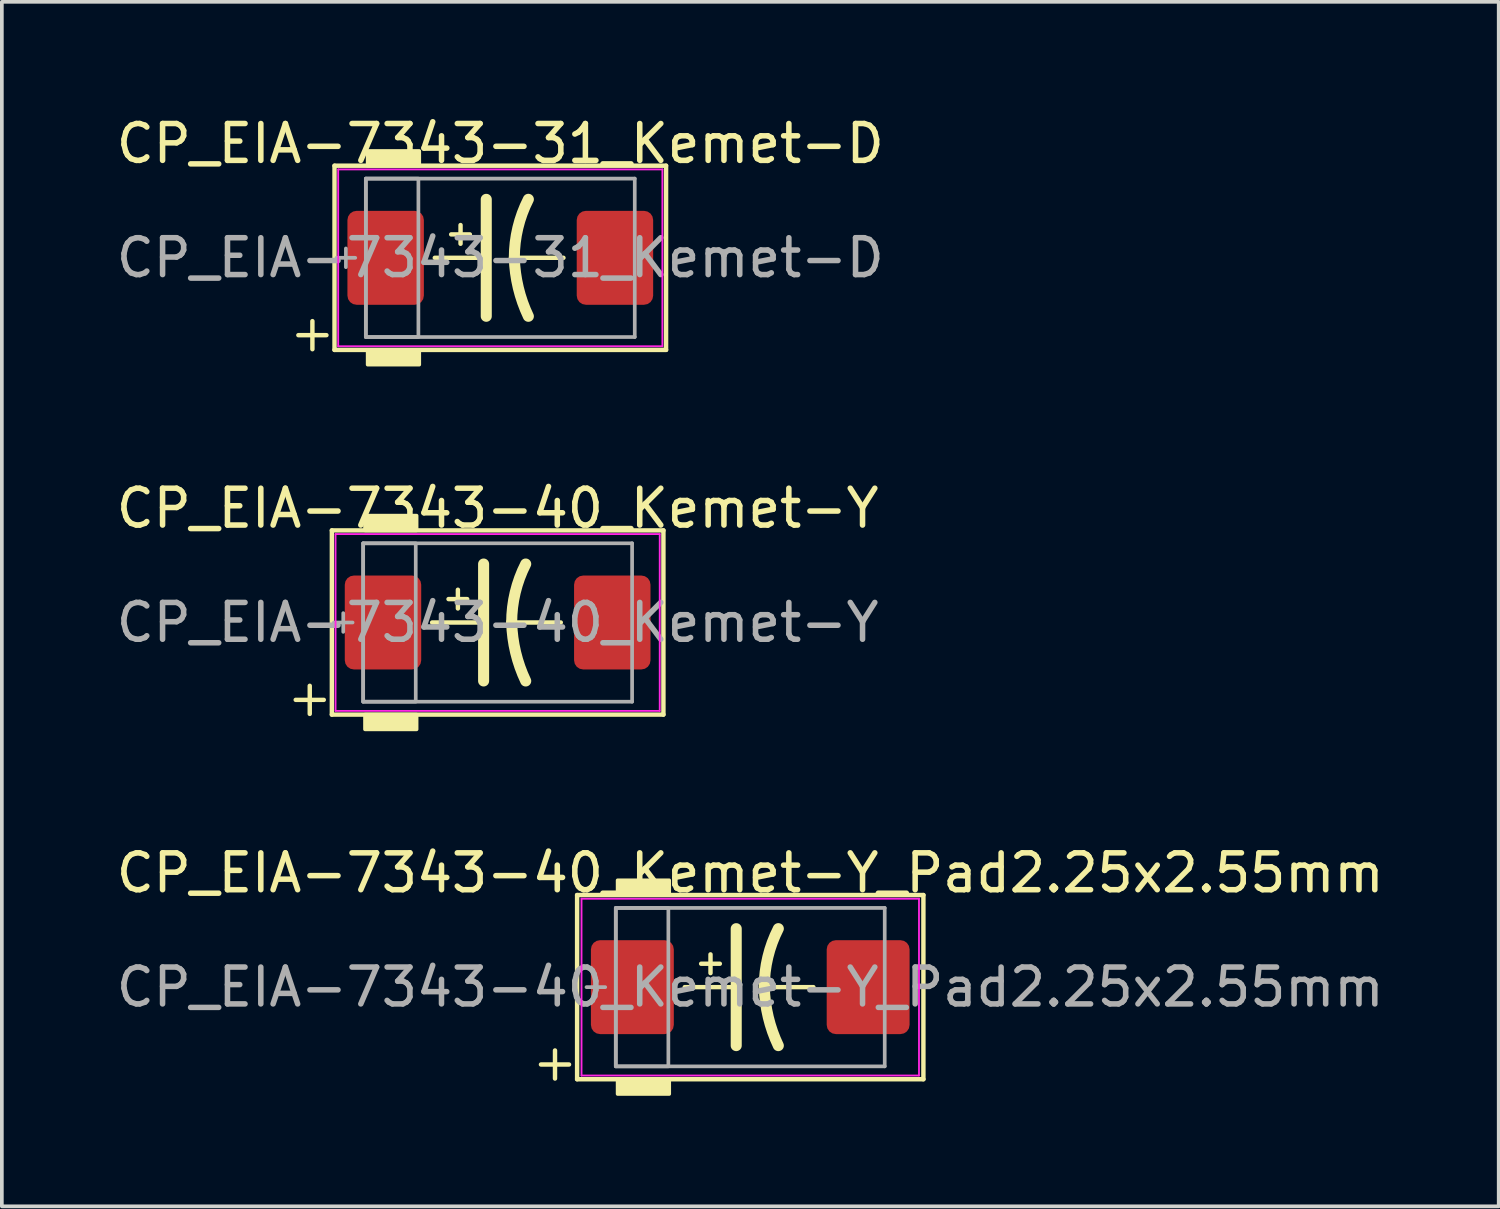
<source format=kicad_pcb>
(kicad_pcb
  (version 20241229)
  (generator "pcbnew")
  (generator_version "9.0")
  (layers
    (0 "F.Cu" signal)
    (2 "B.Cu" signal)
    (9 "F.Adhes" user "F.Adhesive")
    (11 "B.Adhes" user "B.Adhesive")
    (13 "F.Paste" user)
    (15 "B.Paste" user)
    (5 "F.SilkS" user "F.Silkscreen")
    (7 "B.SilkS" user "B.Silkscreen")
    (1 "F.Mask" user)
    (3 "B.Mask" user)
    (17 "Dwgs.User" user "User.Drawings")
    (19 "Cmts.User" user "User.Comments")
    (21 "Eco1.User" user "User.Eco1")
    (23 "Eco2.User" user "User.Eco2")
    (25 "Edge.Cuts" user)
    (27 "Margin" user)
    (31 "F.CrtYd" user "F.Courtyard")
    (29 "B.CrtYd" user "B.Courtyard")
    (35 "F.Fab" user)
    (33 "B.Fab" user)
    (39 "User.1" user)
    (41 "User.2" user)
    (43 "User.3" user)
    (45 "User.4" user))
  (footprint "CP_EIA-7343-31_Kemet-D"
    (layer "F.Cu")
    (at 10.53 3.948)
    (property "Reference" "CP_EIA-7343-31_Kemet-D" (at 0 -3.1 0) (layer "F.SilkS") (effects (font (size 1 1) (thickness 0.15))))
    (attr smd)
    (fp_line (start -5.481 2.1) (end -4.719 2.1) (stroke (width 0.12) (type solid)) (layer "F.SilkS"))
    (fp_line (start -5.1 1.719) (end -5.1 2.481) (stroke (width 0.12) (type solid)) (layer "F.SilkS"))
    (fp_line (start -4.5 -2.5) (end -4.5 2.5) (stroke (width 0.12) (type solid)) (layer "F.SilkS"))
    (fp_line (start -4.5 2.5) (end 4.5 2.5) (stroke (width 0.12) (type solid)) (layer "F.SilkS"))
    (fp_line (start -1.778 0) (end -0.381 0) (stroke (width 0.12) (type solid)) (layer "F.SilkS"))
    (fp_line (start -1.079 -0.381) (end -1.079 -0.889) (stroke (width 0.12) (type solid)) (layer "F.SilkS"))
    (fp_line (start -0.826 -0.635) (end -1.333 -0.635) (stroke (width 0.12) (type solid)) (layer "F.SilkS"))
    (fp_line (start -0.381 -1.587) (end -0.381 1.587) (stroke (width 0.3) (type solid)) (layer "F.SilkS"))
    (fp_line (start 1.714 0) (end 0.381 0) (stroke (width 0.12) (type solid)) (layer "F.SilkS"))
    (fp_line (start 4.5 -2.5) (end -4.5 -2.5) (stroke (width 0.12) (type solid)) (layer "F.SilkS"))
    (fp_line (start 4.5 2.5) (end 4.5 -2.5) (stroke (width 0.12) (type solid)) (layer "F.SilkS"))
    (fp_arc (start 0.381 0) (mid 0.477553 -0.816297) (end 0.762 -1.5875) (stroke (width 0.3) (type solid)) (layer "F.SilkS"))
    (fp_arc (start 0.762 1.5875) (mid 0.488774 0.813604) (end 0.381 0) (stroke (width 0.3) (type solid)) (layer "F.SilkS"))
    (fp_poly (pts (xy -2.2 -2.5) (xy -3.6 -2.5) (xy -3.6 -2.9) (xy -2.2 -2.9)) (stroke (width 0.1) (type solid)) (fill yes) (layer "F.SilkS"))
    (fp_poly (pts (xy -2.2 2.9) (xy -3.6 2.9) (xy -3.6 2.5) (xy -2.2 2.5)) (stroke (width 0.1) (type solid)) (fill yes) (layer "F.SilkS"))
    (fp_line (start -4.4 -2.4) (end 4.4 -2.4) (stroke (width 0.05) (type solid)) (layer "F.CrtYd"))
    (fp_line (start -4.4 2.4) (end -4.4 -2.4) (stroke (width 0.05) (type solid)) (layer "F.CrtYd"))
    (fp_line (start 4.4 -2.4) (end 4.4 2.4) (stroke (width 0.05) (type solid)) (layer "F.CrtYd"))
    (fp_line (start 4.4 2.4) (end -4.4 2.4) (stroke (width 0.05) (type solid)) (layer "F.CrtYd"))
    (fp_line (start -4.191 -0.254) (end -4.191 0.254) (stroke (width 0.1) (type solid)) (layer "F.Fab"))
    (fp_line (start -3.937 0) (end -4.445 0) (stroke (width 0.1) (type solid)) (layer "F.Fab"))
    (fp_line (start -3.65 -2.15) (end -3.65 2.15) (stroke (width 0.1) (type solid)) (layer "F.Fab"))
    (fp_line (start -3.65 2.15) (end 3.65 2.15) (stroke (width 0.1) (type solid)) (layer "F.Fab"))
    (fp_line (start 3.65 -2.15) (end -3.65 -2.15) (stroke (width 0.1) (type solid)) (layer "F.Fab"))
    (fp_line (start 3.65 2.15) (end 3.65 -2.15) (stroke (width 0.1) (type solid)) (layer "F.Fab"))
    (fp_rect (start -3.65 -2.15) (end -2.223 2.15) (stroke (width 0.1) (type solid)) (fill no) (layer "F.Fab"))
    (fp_text user "${REFERENCE}" (at 0 0 0) (layer "F.Fab") (effects (font (size 1 1) (thickness 0.15))))
    (pad "1" smd roundrect (at -3.112 0) (size 2.075 2.55) (layers "F.Cu" "F.Mask" "F.Paste") (roundrect_rratio 0.12))
    (pad "2" smd roundrect (at 3.112 0) (size 2.075 2.55) (layers "F.Cu" "F.Mask" "F.Paste") (roundrect_rratio 0.12)))
  (footprint "CP_EIA-7343-40_Kemet-Y_Pad2.25x2.55mm"
    (layer "F.Cu")
    (at 17.315 23.745)
    (property "Reference" "CP_EIA-7343-40_Kemet-Y_Pad2.25x2.55mm" (at 0 -3.1 0) (layer "F.SilkS") (effects (font (size 1 1) (thickness 0.15))))
    (attr smd)
    (fp_line (start -5.681 2.1) (end -4.919 2.1) (stroke (width 0.12) (type solid)) (layer "F.SilkS"))
    (fp_line (start -5.3 1.719) (end -5.3 2.481) (stroke (width 0.12) (type solid)) (layer "F.SilkS"))
    (fp_line (start -4.7 -2.5) (end -4.7 2.5) (stroke (width 0.12) (type solid)) (layer "F.SilkS"))
    (fp_line (start -4.7 2.5) (end 4.7 2.5) (stroke (width 0.12) (type solid)) (layer "F.SilkS"))
    (fp_line (start -1.778 0) (end -0.381 0) (stroke (width 0.12) (type solid)) (layer "F.SilkS"))
    (fp_line (start -1.079 -0.381) (end -1.079 -0.889) (stroke (width 0.12) (type solid)) (layer "F.SilkS"))
    (fp_line (start -0.826 -0.635) (end -1.333 -0.635) (stroke (width 0.12) (type solid)) (layer "F.SilkS"))
    (fp_line (start -0.381 -1.587) (end -0.381 1.587) (stroke (width 0.3) (type solid)) (layer "F.SilkS"))
    (fp_line (start 1.714 0) (end 0.381 0) (stroke (width 0.12) (type solid)) (layer "F.SilkS"))
    (fp_line (start 4.7 -2.5) (end -4.7 -2.5) (stroke (width 0.12) (type solid)) (layer "F.SilkS"))
    (fp_line (start 4.7 2.5) (end 4.7 -2.5) (stroke (width 0.12) (type solid)) (layer "F.SilkS"))
    (fp_arc (start 0.381 0) (mid 0.477553 -0.816297) (end 0.762 -1.5875) (stroke (width 0.3) (type solid)) (layer "F.SilkS"))
    (fp_arc (start 0.762 1.5875) (mid 0.488774 0.813604) (end 0.381 0) (stroke (width 0.3) (type solid)) (layer "F.SilkS"))
    (fp_poly (pts (xy -2.2 -2.5) (xy -3.6 -2.5) (xy -3.6 -2.9) (xy -2.2 -2.9)) (stroke (width 0.1) (type solid)) (fill yes) (layer "F.SilkS"))
    (fp_poly (pts (xy -2.2 2.9) (xy -3.6 2.9) (xy -3.6 2.5) (xy -2.2 2.5)) (stroke (width 0.1) (type solid)) (fill yes) (layer "F.SilkS"))
    (fp_line (start -4.58 -2.4) (end 4.58 -2.4) (stroke (width 0.05) (type solid)) (layer "F.CrtYd"))
    (fp_line (start -4.58 2.4) (end -4.58 -2.4) (stroke (width 0.05) (type solid)) (layer "F.CrtYd"))
    (fp_line (start 4.58 -2.4) (end 4.58 2.4) (stroke (width 0.05) (type solid)) (layer "F.CrtYd"))
    (fp_line (start 4.58 2.4) (end -4.58 2.4) (stroke (width 0.05) (type solid)) (layer "F.CrtYd"))
    (fp_line (start -4.191 -0.254) (end -4.191 0.254) (stroke (width 0.1) (type solid)) (layer "F.Fab"))
    (fp_line (start -3.937 0) (end -4.445 0) (stroke (width 0.1) (type solid)) (layer "F.Fab"))
    (fp_line (start -3.65 -2.15) (end -3.65 2.15) (stroke (width 0.1) (type solid)) (layer "F.Fab"))
    (fp_line (start -3.65 2.15) (end 3.65 2.15) (stroke (width 0.1) (type solid)) (layer "F.Fab"))
    (fp_line (start 3.65 -2.15) (end -3.65 -2.15) (stroke (width 0.1) (type solid)) (layer "F.Fab"))
    (fp_line (start 3.65 2.15) (end 3.65 -2.15) (stroke (width 0.1) (type solid)) (layer "F.Fab"))
    (fp_rect (start -3.65 -2.15) (end -2.223 2.15) (stroke (width 0.1) (type solid)) (fill no) (layer "F.Fab"))
    (fp_text user "${REFERENCE}" (at 0 0 0) (layer "F.Fab") (effects (font (size 1 1) (thickness 0.15))))
    (pad "1" smd roundrect (at -3.2 0) (size 2.25 2.55) (layers "F.Cu" "F.Mask" "F.Paste") (roundrect_rratio 0.111))
    (pad "2" smd roundrect (at 3.2 0) (size 2.25 2.55) (layers "F.Cu" "F.Mask" "F.Paste") (roundrect_rratio 0.111)))
  (footprint "CP_EIA-7343-40_Kemet-Y"
    (layer "F.Cu")
    (at 10.458 13.847)
    (property "Reference" "CP_EIA-7343-40_Kemet-Y" (at 0 -3.1 0) (layer "F.SilkS") (effects (font (size 1 1) (thickness 0.15))))
    (attr smd)
    (fp_line (start -5.481 2.1) (end -4.719 2.1) (stroke (width 0.12) (type solid)) (layer "F.SilkS"))
    (fp_line (start -5.1 1.719) (end -5.1 2.481) (stroke (width 0.12) (type solid)) (layer "F.SilkS"))
    (fp_line (start -4.5 -2.5) (end -4.5 2.5) (stroke (width 0.12) (type solid)) (layer "F.SilkS"))
    (fp_line (start -4.5 2.5) (end 4.5 2.5) (stroke (width 0.12) (type solid)) (layer "F.SilkS"))
    (fp_line (start -1.778 0) (end -0.381 0) (stroke (width 0.12) (type solid)) (layer "F.SilkS"))
    (fp_line (start -1.079 -0.381) (end -1.079 -0.889) (stroke (width 0.12) (type solid)) (layer "F.SilkS"))
    (fp_line (start -0.826 -0.635) (end -1.333 -0.635) (stroke (width 0.12) (type solid)) (layer "F.SilkS"))
    (fp_line (start -0.381 -1.587) (end -0.381 1.587) (stroke (width 0.3) (type solid)) (layer "F.SilkS"))
    (fp_line (start 1.714 0) (end 0.381 0) (stroke (width 0.12) (type solid)) (layer "F.SilkS"))
    (fp_line (start 4.5 -2.5) (end -4.5 -2.5) (stroke (width 0.12) (type solid)) (layer "F.SilkS"))
    (fp_line (start 4.5 2.5) (end 4.5 -2.5) (stroke (width 0.12) (type solid)) (layer "F.SilkS"))
    (fp_arc (start 0.381 0) (mid 0.477553 -0.816297) (end 0.762 -1.5875) (stroke (width 0.3) (type solid)) (layer "F.SilkS"))
    (fp_arc (start 0.762 1.5875) (mid 0.488774 0.813604) (end 0.381 0) (stroke (width 0.3) (type solid)) (layer "F.SilkS"))
    (fp_poly (pts (xy -2.2 -2.5) (xy -3.6 -2.5) (xy -3.6 -2.9) (xy -2.2 -2.9)) (stroke (width 0.1) (type solid)) (fill yes) (layer "F.SilkS"))
    (fp_poly (pts (xy -2.2 2.9) (xy -3.6 2.9) (xy -3.6 2.5) (xy -2.2 2.5)) (stroke (width 0.1) (type solid)) (fill yes) (layer "F.SilkS"))
    (fp_line (start -4.4 -2.4) (end 4.4 -2.4) (stroke (width 0.05) (type solid)) (layer "F.CrtYd"))
    (fp_line (start -4.4 2.4) (end -4.4 -2.4) (stroke (width 0.05) (type solid)) (layer "F.CrtYd"))
    (fp_line (start 4.4 -2.4) (end 4.4 2.4) (stroke (width 0.05) (type solid)) (layer "F.CrtYd"))
    (fp_line (start 4.4 2.4) (end -4.4 2.4) (stroke (width 0.05) (type solid)) (layer "F.CrtYd"))
    (fp_line (start -4.191 -0.254) (end -4.191 0.254) (stroke (width 0.1) (type solid)) (layer "F.Fab"))
    (fp_line (start -3.937 0) (end -4.445 0) (stroke (width 0.1) (type solid)) (layer "F.Fab"))
    (fp_line (start -3.65 -2.15) (end -3.65 2.15) (stroke (width 0.1) (type solid)) (layer "F.Fab"))
    (fp_line (start -3.65 2.15) (end 3.65 2.15) (stroke (width 0.1) (type solid)) (layer "F.Fab"))
    (fp_line (start 3.65 -2.15) (end -3.65 -2.15) (stroke (width 0.1) (type solid)) (layer "F.Fab"))
    (fp_line (start 3.65 2.15) (end 3.65 -2.15) (stroke (width 0.1) (type solid)) (layer "F.Fab"))
    (fp_rect (start -3.65 -2.15) (end -2.223 2.15) (stroke (width 0.1) (type solid)) (fill no) (layer "F.Fab"))
    (fp_text user "${REFERENCE}" (at 0 0 0) (layer "F.Fab") (effects (font (size 1 1) (thickness 0.15))))
    (pad "1" smd roundrect (at -3.112 0) (size 2.075 2.55) (layers "F.Cu" "F.Mask" "F.Paste") (roundrect_rratio 0.12))
    (pad "2" smd roundrect (at 3.112 0) (size 2.075 2.55) (layers "F.Cu" "F.Mask" "F.Paste") (roundrect_rratio 0.12)))
  (gr_rect
    (start -3 -3)
    (end 37.631 29.695)
    (stroke (width 0.1) (type default))
    (fill no)
    (layer "Edge.Cuts")))
</source>
